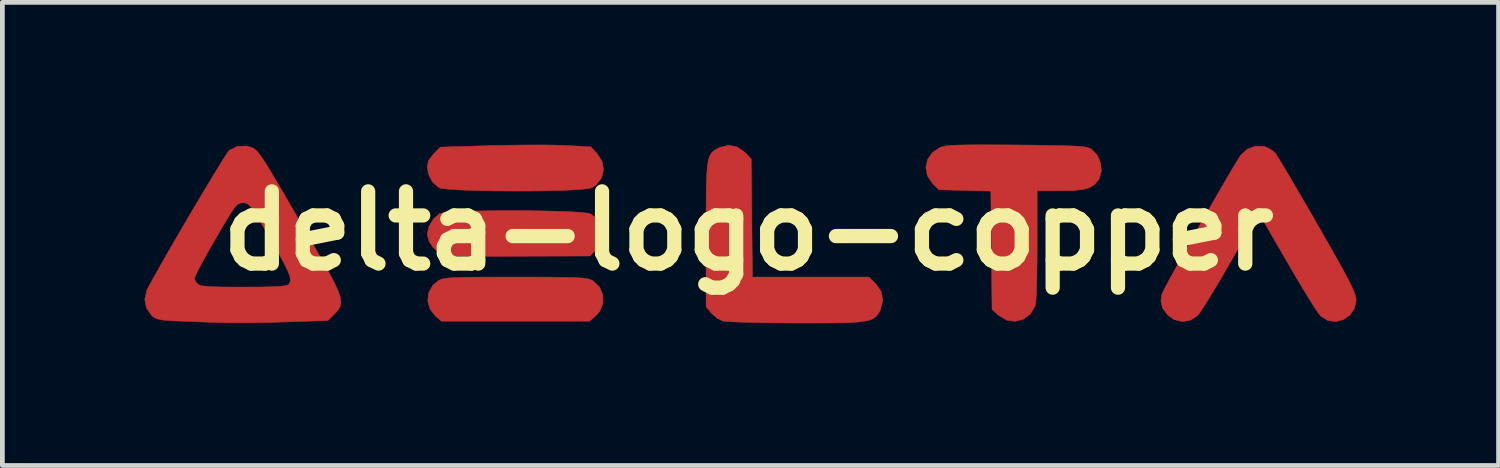
<source format=kicad_pcb>
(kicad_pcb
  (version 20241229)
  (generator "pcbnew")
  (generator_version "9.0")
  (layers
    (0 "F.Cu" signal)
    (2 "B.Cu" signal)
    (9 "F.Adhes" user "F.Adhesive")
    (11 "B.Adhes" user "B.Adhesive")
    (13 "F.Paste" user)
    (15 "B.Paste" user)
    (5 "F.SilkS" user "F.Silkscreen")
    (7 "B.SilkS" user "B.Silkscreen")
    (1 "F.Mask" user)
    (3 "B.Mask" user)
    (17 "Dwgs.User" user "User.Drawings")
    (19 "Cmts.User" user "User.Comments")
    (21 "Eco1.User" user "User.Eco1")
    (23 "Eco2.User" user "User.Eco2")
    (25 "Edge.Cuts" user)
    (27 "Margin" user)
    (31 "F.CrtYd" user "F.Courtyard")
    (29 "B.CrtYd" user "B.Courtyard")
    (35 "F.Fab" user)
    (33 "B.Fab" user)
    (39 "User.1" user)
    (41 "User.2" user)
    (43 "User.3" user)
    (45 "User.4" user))
  (footprint "delta-logo-copper"
    (layer "F.Cu")
    (at 12.737 1.822)
    (property "Reference" "delta-logo-copper" (at 0 0 0) (layer "F.SilkS") (effects (font (size 1.524 1.524) (thickness 0.3))))
    (attr through_hole)
    (fp_poly (pts (xy -4.512 0.974) (xy -4.189 0.975) (xy -3.932 0.978) (xy -3.734 0.982) (xy -3.584 0.988) (xy -3.475 0.996) (xy -3.397 1.008) (xy -3.34 1.023) (xy -3.298 1.042) (xy -3.277 1.053) (xy -3.141 1.181) (xy -3.069 1.343) (xy -3.064 1.519) (xy -3.126 1.686) (xy -3.222 1.797) (xy -3.351 1.905) (xy -6.471 1.905) (xy -6.599 1.797) (xy -6.715 1.65) (xy -6.762 1.479) (xy -6.742 1.304) (xy -6.655 1.148) (xy -6.544 1.053) (xy -6.504 1.032) (xy -6.456 1.015) (xy -6.391 1.002) (xy -6.299 0.992) (xy -6.171 0.985) (xy -5.999 0.979) (xy -5.774 0.976) (xy -5.487 0.975) (xy -5.129 0.974) (xy -4.911 0.974) (xy -4.512 0.974)) (stroke (width 0.01) (type solid)) (fill yes) (layer "F.Cu"))
    (fp_poly (pts (xy -4.172 -1.812) (xy -3.939 -1.806) (xy -3.857 -1.803) (xy -3.323 -1.774) (xy -3.186 -1.629) (xy -3.083 -1.466) (xy -3.054 -1.291) (xy -3.095 -1.121) (xy -3.203 -0.978) (xy -3.301 -0.911) (xy -3.38 -0.892) (xy -3.532 -0.876) (xy -3.744 -0.863) (xy -4.003 -0.853) (xy -4.298 -0.846) (xy -4.617 -0.842) (xy -4.946 -0.841) (xy -5.274 -0.843) (xy -5.589 -0.848) (xy -5.878 -0.856) (xy -6.129 -0.867) (xy -6.331 -0.88) (xy -6.47 -0.897) (xy -6.529 -0.913) (xy -6.66 -1.028) (xy -6.746 -1.193) (xy -6.773 -1.357) (xy -6.743 -1.487) (xy -6.644 -1.619) (xy -6.634 -1.629) (xy -6.496 -1.768) (xy -5.443 -1.8) (xy -5.115 -1.807) (xy -4.78 -1.812) (xy -4.458 -1.814) (xy -4.172 -1.812)) (stroke (width 0.01) (type solid)) (fill yes) (layer "F.Cu"))
    (fp_poly (pts (xy -4.573 -0.425) (xy -4.261 -0.42) (xy -3.974 -0.413) (xy -3.725 -0.402) (xy -3.525 -0.389) (xy -3.386 -0.374) (xy -3.328 -0.359) (xy -3.167 -0.243) (xy -3.075 -0.091) (xy -3.056 0.082) (xy -3.112 0.258) (xy -3.193 0.371) (xy -3.338 0.529) (xy -4.812 0.534) (xy -5.162 0.535) (xy -5.489 0.535) (xy -5.782 0.533) (xy -6.031 0.531) (xy -6.224 0.528) (xy -6.353 0.525) (xy -6.401 0.521) (xy -6.526 0.465) (xy -6.646 0.354) (xy -6.736 0.216) (xy -6.773 0.079) (xy -6.773 0.073) (xy -6.737 -0.093) (xy -6.643 -0.251) (xy -6.514 -0.365) (xy -6.511 -0.366) (xy -6.437 -0.383) (xy -6.291 -0.398) (xy -6.084 -0.409) (xy -5.829 -0.418) (xy -5.538 -0.424) (xy -5.224 -0.427) (xy -4.898 -0.428) (xy -4.573 -0.425)) (stroke (width 0.01) (type solid)) (fill yes) (layer "F.Cu"))
    (fp_poly (pts (xy -0.233 -1.772) (xy -0.067 -1.655) (xy -0.06 -1.648) (xy 0.064 -1.519) (xy 0.076 -0.272) (xy 0.088 0.974) (xy 2.548 0.974) (xy 2.692 1.118) (xy 2.807 1.283) (xy 2.839 1.467) (xy 2.788 1.663) (xy 2.775 1.69) (xy 2.737 1.755) (xy 2.694 1.809) (xy 2.635 1.851) (xy 2.554 1.884) (xy 2.441 1.908) (xy 2.288 1.925) (xy 2.087 1.936) (xy 1.828 1.942) (xy 1.503 1.944) (xy 1.104 1.944) (xy 1.01 1.944) (xy 0.666 1.941) (xy 0.345 1.937) (xy 0.056 1.932) (xy -0.188 1.924) (xy -0.376 1.916) (xy -0.498 1.907) (xy -0.536 1.901) (xy -0.654 1.842) (xy -0.766 1.747) (xy -0.78 1.732) (xy -0.889 1.602) (xy -0.889 0.077) (xy -0.889 -0.346) (xy -0.887 -0.694) (xy -0.883 -0.973) (xy -0.875 -1.193) (xy -0.862 -1.362) (xy -0.842 -1.487) (xy -0.814 -1.578) (xy -0.777 -1.643) (xy -0.73 -1.689) (xy -0.67 -1.726) (xy -0.601 -1.76) (xy -0.413 -1.807) (xy -0.233 -1.772)) (stroke (width 0.01) (type solid)) (fill yes) (layer "F.Cu"))
    (fp_poly (pts (xy 5.182 -1.816) (xy 5.569 -1.814) (xy 5.668 -1.813) (xy 6.063 -1.809) (xy 6.383 -1.804) (xy 6.635 -1.799) (xy 6.83 -1.793) (xy 6.975 -1.785) (xy 7.08 -1.775) (xy 7.154 -1.762) (xy 7.204 -1.746) (xy 7.241 -1.726) (xy 7.243 -1.724) (xy 7.365 -1.597) (xy 7.436 -1.432) (xy 7.45 -1.255) (xy 7.401 -1.094) (xy 7.385 -1.068) (xy 7.306 -0.978) (xy 7.206 -0.915) (xy 7.07 -0.875) (xy 6.883 -0.854) (xy 6.628 -0.847) (xy 6.585 -0.847) (xy 6.096 -0.847) (xy 6.096 0.315) (xy 6.094 0.643) (xy 6.09 0.94) (xy 6.083 1.194) (xy 6.075 1.394) (xy 6.064 1.53) (xy 6.054 1.586) (xy 5.951 1.755) (xy 5.803 1.864) (xy 5.631 1.907) (xy 5.451 1.882) (xy 5.283 1.783) (xy 5.282 1.782) (xy 5.144 1.658) (xy 5.131 0.409) (xy 5.119 -0.84) (xy 4.571 -0.854) (xy 4.023 -0.868) (xy 3.886 -1.005) (xy 3.779 -1.164) (xy 3.747 -1.337) (xy 3.784 -1.507) (xy 3.886 -1.655) (xy 4.051 -1.763) (xy 4.052 -1.763) (xy 4.105 -1.78) (xy 4.18 -1.794) (xy 4.285 -1.804) (xy 4.429 -1.811) (xy 4.621 -1.815) (xy 4.869 -1.817) (xy 5.182 -1.816)) (stroke (width 0.01) (type solid)) (fill yes) (layer "F.Cu"))
    (fp_poly (pts (xy 10.867 -1.787) (xy 10.899 -1.778) (xy 11.019 -1.722) (xy 11.112 -1.652) (xy 11.112 -1.651) (xy 11.149 -1.597) (xy 11.223 -1.478) (xy 11.329 -1.303) (xy 11.461 -1.079) (xy 11.615 -0.816) (xy 11.786 -0.522) (xy 11.969 -0.205) (xy 12.006 -0.14) (xy 12.219 0.232) (xy 12.393 0.538) (xy 12.531 0.786) (xy 12.637 0.983) (xy 12.716 1.137) (xy 12.77 1.254) (xy 12.804 1.343) (xy 12.822 1.41) (xy 12.826 1.46) (xy 12.79 1.636) (xy 12.694 1.776) (xy 12.558 1.87) (xy 12.4 1.912) (xy 12.237 1.893) (xy 12.088 1.805) (xy 12.071 1.789) (xy 12.02 1.722) (xy 11.934 1.592) (xy 11.82 1.41) (xy 11.684 1.188) (xy 11.533 0.934) (xy 11.374 0.661) (xy 11.366 0.648) (xy 10.775 -0.376) (xy 10.706 -0.262) (xy 10.665 -0.194) (xy 10.59 -0.065) (xy 10.486 0.115) (xy 10.36 0.334) (xy 10.219 0.58) (xy 10.114 0.762) (xy 9.964 1.021) (xy 9.821 1.26) (xy 9.693 1.469) (xy 9.587 1.636) (xy 9.51 1.749) (xy 9.477 1.789) (xy 9.327 1.886) (xy 9.154 1.913) (xy 8.981 1.869) (xy 8.856 1.78) (xy 8.743 1.631) (xy 8.707 1.475) (xy 8.728 1.333) (xy 8.755 1.274) (xy 8.818 1.151) (xy 8.913 0.976) (xy 9.034 0.757) (xy 9.174 0.505) (xy 9.328 0.23) (xy 9.491 -0.057) (xy 9.656 -0.348) (xy 9.819 -0.631) (xy 9.972 -0.897) (xy 10.111 -1.136) (xy 10.23 -1.338) (xy 10.324 -1.492) (xy 10.385 -1.589) (xy 10.395 -1.602) (xy 10.527 -1.723) (xy 10.694 -1.788) (xy 10.867 -1.787)) (stroke (width 0.01) (type solid)) (fill yes) (layer "F.Cu"))
    (fp_poly (pts (xy -10.479 -1.76) (xy -10.442 -1.743) (xy -10.406 -1.72) (xy -10.367 -1.684) (xy -10.321 -1.63) (xy -10.264 -1.551) (xy -10.192 -1.443) (xy -10.102 -1.298) (xy -9.99 -1.111) (xy -9.852 -0.877) (xy -9.684 -0.588) (xy -9.483 -0.239) (xy -9.244 0.175) (xy -9.17 0.305) (xy -8.982 0.635) (xy -8.834 0.9) (xy -8.724 1.111) (xy -8.649 1.277) (xy -8.606 1.405) (xy -8.593 1.505) (xy -8.607 1.586) (xy -8.645 1.657) (xy -8.705 1.727) (xy -8.731 1.754) (xy -8.869 1.891) (xy -9.712 1.919) (xy -10.077 1.93) (xy -10.393 1.937) (xy -10.683 1.939) (xy -10.973 1.937) (xy -11.284 1.93) (xy -11.642 1.918) (xy -11.903 1.907) (xy -12.137 1.897) (xy -12.303 1.886) (xy -12.416 1.871) (xy -12.492 1.849) (xy -12.547 1.819) (xy -12.59 1.782) (xy -12.696 1.628) (xy -12.732 1.446) (xy -12.693 1.262) (xy -12.688 1.25) (xy -12.632 1.141) (xy -12.558 1.006) (xy -11.684 1.006) (xy -11.657 1.071) (xy -11.617 1.119) (xy -11.584 1.141) (xy -11.526 1.158) (xy -11.434 1.17) (xy -11.297 1.178) (xy -11.103 1.183) (xy -10.841 1.185) (xy -10.652 1.185) (xy -10.318 1.184) (xy -10.063 1.178) (xy -9.88 1.169) (xy -9.763 1.156) (xy -9.706 1.137) (xy -9.703 1.135) (xy -9.67 1.087) (xy -9.66 1.026) (xy -9.677 0.94) (xy -9.726 0.819) (xy -9.81 0.652) (xy -9.932 0.43) (xy -10.019 0.279) (xy -10.177 0.004) (xy -10.3 -0.206) (xy -10.393 -0.36) (xy -10.465 -0.466) (xy -10.52 -0.534) (xy -10.566 -0.572) (xy -10.609 -0.589) (xy -10.655 -0.593) (xy -10.669 -0.593) (xy -10.724 -0.586) (xy -10.775 -0.559) (xy -10.832 -0.5) (xy -10.904 -0.396) (xy -11.003 -0.236) (xy -11.062 -0.138) (xy -11.239 0.164) (xy -11.392 0.432) (xy -11.517 0.658) (xy -11.611 0.835) (xy -11.668 0.955) (xy -11.684 1.006) (xy -12.558 1.006) (xy -12.542 0.977) (xy -12.425 0.769) (xy -12.287 0.526) (xy -12.132 0.257) (xy -11.966 -0.027) (xy -11.796 -0.318) (xy -11.627 -0.604) (xy -11.464 -0.877) (xy -11.314 -1.126) (xy -11.182 -1.343) (xy -11.075 -1.517) (xy -10.996 -1.638) (xy -10.954 -1.697) (xy -10.95 -1.7) (xy -10.781 -1.784) (xy -10.591 -1.792) (xy -10.479 -1.76)) (stroke (width 0.01) (type solid)) (fill yes) (layer "F.Cu"))
    (fp_poly (pts (xy -4.512 0.974) (xy -4.189 0.975) (xy -3.932 0.978) (xy -3.734 0.982) (xy -3.584 0.988) (xy -3.475 0.996) (xy -3.397 1.008) (xy -3.34 1.023) (xy -3.298 1.042) (xy -3.277 1.053) (xy -3.141 1.181) (xy -3.069 1.343) (xy -3.064 1.519) (xy -3.126 1.686) (xy -3.222 1.797) (xy -3.351 1.905) (xy -6.471 1.905) (xy -6.599 1.797) (xy -6.715 1.65) (xy -6.762 1.479) (xy -6.742 1.304) (xy -6.655 1.148) (xy -6.544 1.053) (xy -6.504 1.032) (xy -6.456 1.015) (xy -6.391 1.002) (xy -6.299 0.992) (xy -6.171 0.985) (xy -5.999 0.979) (xy -5.774 0.976) (xy -5.487 0.975) (xy -5.129 0.974) (xy -4.911 0.974) (xy -4.512 0.974)) (stroke (width 0.01) (type solid)) (fill yes) (layer "F.Mask"))
    (fp_poly (pts (xy -4.172 -1.812) (xy -3.939 -1.806) (xy -3.857 -1.803) (xy -3.323 -1.774) (xy -3.186 -1.629) (xy -3.083 -1.466) (xy -3.054 -1.291) (xy -3.095 -1.121) (xy -3.203 -0.978) (xy -3.301 -0.911) (xy -3.38 -0.892) (xy -3.532 -0.876) (xy -3.744 -0.863) (xy -4.003 -0.853) (xy -4.298 -0.846) (xy -4.617 -0.842) (xy -4.946 -0.841) (xy -5.274 -0.843) (xy -5.589 -0.848) (xy -5.878 -0.856) (xy -6.129 -0.867) (xy -6.331 -0.88) (xy -6.47 -0.897) (xy -6.529 -0.913) (xy -6.66 -1.028) (xy -6.746 -1.193) (xy -6.773 -1.357) (xy -6.743 -1.487) (xy -6.644 -1.619) (xy -6.634 -1.629) (xy -6.496 -1.768) (xy -5.443 -1.8) (xy -5.115 -1.807) (xy -4.78 -1.812) (xy -4.458 -1.814) (xy -4.172 -1.812)) (stroke (width 0.01) (type solid)) (fill yes) (layer "F.Mask"))
    (fp_poly (pts (xy -4.573 -0.425) (xy -4.261 -0.42) (xy -3.974 -0.413) (xy -3.725 -0.402) (xy -3.525 -0.389) (xy -3.386 -0.374) (xy -3.328 -0.359) (xy -3.167 -0.243) (xy -3.075 -0.091) (xy -3.056 0.082) (xy -3.112 0.258) (xy -3.193 0.371) (xy -3.338 0.529) (xy -4.812 0.534) (xy -5.162 0.535) (xy -5.489 0.535) (xy -5.782 0.533) (xy -6.031 0.531) (xy -6.224 0.528) (xy -6.353 0.525) (xy -6.401 0.521) (xy -6.526 0.465) (xy -6.646 0.354) (xy -6.736 0.216) (xy -6.773 0.079) (xy -6.773 0.073) (xy -6.737 -0.093) (xy -6.643 -0.251) (xy -6.514 -0.365) (xy -6.511 -0.366) (xy -6.437 -0.383) (xy -6.291 -0.398) (xy -6.084 -0.409) (xy -5.829 -0.418) (xy -5.538 -0.424) (xy -5.224 -0.427) (xy -4.898 -0.428) (xy -4.573 -0.425)) (stroke (width 0.01) (type solid)) (fill yes) (layer "F.Mask"))
    (fp_poly (pts (xy -0.233 -1.772) (xy -0.067 -1.655) (xy -0.06 -1.648) (xy 0.064 -1.519) (xy 0.076 -0.272) (xy 0.088 0.974) (xy 2.548 0.974) (xy 2.692 1.118) (xy 2.807 1.283) (xy 2.839 1.467) (xy 2.788 1.663) (xy 2.775 1.69) (xy 2.737 1.755) (xy 2.694 1.809) (xy 2.635 1.851) (xy 2.554 1.884) (xy 2.441 1.908) (xy 2.288 1.925) (xy 2.087 1.936) (xy 1.828 1.942) (xy 1.503 1.944) (xy 1.104 1.944) (xy 1.01 1.944) (xy 0.666 1.941) (xy 0.345 1.937) (xy 0.056 1.932) (xy -0.188 1.924) (xy -0.376 1.916) (xy -0.498 1.907) (xy -0.536 1.901) (xy -0.654 1.842) (xy -0.766 1.747) (xy -0.78 1.732) (xy -0.889 1.602) (xy -0.889 0.077) (xy -0.889 -0.346) (xy -0.887 -0.694) (xy -0.883 -0.973) (xy -0.875 -1.193) (xy -0.862 -1.362) (xy -0.842 -1.487) (xy -0.814 -1.578) (xy -0.777 -1.643) (xy -0.73 -1.689) (xy -0.67 -1.726) (xy -0.601 -1.76) (xy -0.413 -1.807) (xy -0.233 -1.772)) (stroke (width 0.01) (type solid)) (fill yes) (layer "F.Mask"))
    (fp_poly (pts (xy 5.182 -1.816) (xy 5.569 -1.814) (xy 5.668 -1.813) (xy 6.063 -1.809) (xy 6.383 -1.804) (xy 6.635 -1.799) (xy 6.83 -1.793) (xy 6.975 -1.785) (xy 7.08 -1.775) (xy 7.154 -1.762) (xy 7.204 -1.746) (xy 7.241 -1.726) (xy 7.243 -1.724) (xy 7.365 -1.597) (xy 7.436 -1.432) (xy 7.45 -1.255) (xy 7.401 -1.094) (xy 7.385 -1.068) (xy 7.306 -0.978) (xy 7.206 -0.915) (xy 7.07 -0.875) (xy 6.883 -0.854) (xy 6.628 -0.847) (xy 6.585 -0.847) (xy 6.096 -0.847) (xy 6.096 0.315) (xy 6.094 0.643) (xy 6.09 0.94) (xy 6.083 1.194) (xy 6.075 1.394) (xy 6.064 1.53) (xy 6.054 1.586) (xy 5.951 1.755) (xy 5.803 1.864) (xy 5.631 1.907) (xy 5.451 1.882) (xy 5.283 1.783) (xy 5.282 1.782) (xy 5.144 1.658) (xy 5.131 0.409) (xy 5.119 -0.84) (xy 4.571 -0.854) (xy 4.023 -0.868) (xy 3.886 -1.005) (xy 3.779 -1.164) (xy 3.747 -1.337) (xy 3.784 -1.507) (xy 3.886 -1.655) (xy 4.051 -1.763) (xy 4.052 -1.763) (xy 4.105 -1.78) (xy 4.18 -1.794) (xy 4.285 -1.804) (xy 4.429 -1.811) (xy 4.621 -1.815) (xy 4.869 -1.817) (xy 5.182 -1.816)) (stroke (width 0.01) (type solid)) (fill yes) (layer "F.Mask"))
    (fp_poly (pts (xy 10.867 -1.787) (xy 10.899 -1.778) (xy 11.019 -1.722) (xy 11.112 -1.652) (xy 11.112 -1.651) (xy 11.149 -1.597) (xy 11.223 -1.478) (xy 11.329 -1.303) (xy 11.461 -1.079) (xy 11.615 -0.816) (xy 11.786 -0.522) (xy 11.969 -0.205) (xy 12.006 -0.14) (xy 12.219 0.232) (xy 12.393 0.538) (xy 12.531 0.786) (xy 12.637 0.983) (xy 12.716 1.137) (xy 12.77 1.254) (xy 12.804 1.343) (xy 12.822 1.41) (xy 12.826 1.46) (xy 12.79 1.636) (xy 12.694 1.776) (xy 12.558 1.87) (xy 12.4 1.912) (xy 12.237 1.893) (xy 12.088 1.805) (xy 12.071 1.789) (xy 12.02 1.722) (xy 11.934 1.592) (xy 11.82 1.41) (xy 11.684 1.188) (xy 11.533 0.934) (xy 11.374 0.661) (xy 11.366 0.648) (xy 10.775 -0.376) (xy 10.706 -0.262) (xy 10.665 -0.194) (xy 10.59 -0.065) (xy 10.486 0.115) (xy 10.36 0.334) (xy 10.219 0.58) (xy 10.114 0.762) (xy 9.964 1.021) (xy 9.821 1.26) (xy 9.693 1.469) (xy 9.587 1.636) (xy 9.51 1.749) (xy 9.477 1.789) (xy 9.327 1.886) (xy 9.154 1.913) (xy 8.981 1.869) (xy 8.856 1.78) (xy 8.743 1.631) (xy 8.707 1.475) (xy 8.728 1.333) (xy 8.755 1.274) (xy 8.818 1.151) (xy 8.913 0.976) (xy 9.034 0.757) (xy 9.174 0.505) (xy 9.328 0.23) (xy 9.491 -0.057) (xy 9.656 -0.348) (xy 9.819 -0.631) (xy 9.972 -0.897) (xy 10.111 -1.136) (xy 10.23 -1.338) (xy 10.324 -1.492) (xy 10.385 -1.589) (xy 10.395 -1.602) (xy 10.527 -1.723) (xy 10.694 -1.788) (xy 10.867 -1.787)) (stroke (width 0.01) (type solid)) (fill yes) (layer "F.Mask"))
    (fp_poly (pts (xy -10.479 -1.76) (xy -10.442 -1.743) (xy -10.406 -1.72) (xy -10.367 -1.684) (xy -10.321 -1.63) (xy -10.264 -1.551) (xy -10.192 -1.443) (xy -10.102 -1.298) (xy -9.99 -1.111) (xy -9.852 -0.877) (xy -9.684 -0.588) (xy -9.483 -0.239) (xy -9.244 0.175) (xy -9.17 0.305) (xy -8.982 0.635) (xy -8.834 0.9) (xy -8.724 1.111) (xy -8.649 1.277) (xy -8.606 1.405) (xy -8.593 1.505) (xy -8.607 1.586) (xy -8.645 1.657) (xy -8.705 1.727) (xy -8.731 1.754) (xy -8.869 1.891) (xy -9.712 1.919) (xy -10.077 1.93) (xy -10.393 1.937) (xy -10.683 1.939) (xy -10.973 1.937) (xy -11.284 1.93) (xy -11.642 1.918) (xy -11.903 1.907) (xy -12.137 1.897) (xy -12.303 1.886) (xy -12.416 1.871) (xy -12.492 1.849) (xy -12.547 1.819) (xy -12.59 1.782) (xy -12.696 1.628) (xy -12.732 1.446) (xy -12.693 1.262) (xy -12.688 1.25) (xy -12.632 1.141) (xy -12.558 1.006) (xy -11.684 1.006) (xy -11.657 1.071) (xy -11.617 1.119) (xy -11.584 1.141) (xy -11.526 1.158) (xy -11.434 1.17) (xy -11.297 1.178) (xy -11.103 1.183) (xy -10.841 1.185) (xy -10.652 1.185) (xy -10.318 1.184) (xy -10.063 1.178) (xy -9.88 1.169) (xy -9.763 1.156) (xy -9.706 1.137) (xy -9.703 1.135) (xy -9.67 1.087) (xy -9.66 1.026) (xy -9.677 0.94) (xy -9.726 0.819) (xy -9.81 0.652) (xy -9.932 0.43) (xy -10.019 0.279) (xy -10.177 0.004) (xy -10.3 -0.206) (xy -10.393 -0.36) (xy -10.465 -0.466) (xy -10.52 -0.534) (xy -10.566 -0.572) (xy -10.609 -0.589) (xy -10.655 -0.593) (xy -10.669 -0.593) (xy -10.724 -0.586) (xy -10.775 -0.559) (xy -10.832 -0.5) (xy -10.904 -0.396) (xy -11.003 -0.236) (xy -11.062 -0.138) (xy -11.239 0.164) (xy -11.392 0.432) (xy -11.517 0.658) (xy -11.611 0.835) (xy -11.668 0.955) (xy -11.684 1.006) (xy -12.558 1.006) (xy -12.542 0.977) (xy -12.425 0.769) (xy -12.287 0.526) (xy -12.132 0.257) (xy -11.966 -0.027) (xy -11.796 -0.318) (xy -11.627 -0.604) (xy -11.464 -0.877) (xy -11.314 -1.126) (xy -11.182 -1.343) (xy -11.075 -1.517) (xy -10.996 -1.638) (xy -10.954 -1.697) (xy -10.95 -1.7) (xy -10.781 -1.784) (xy -10.591 -1.792) (xy -10.479 -1.76)) (stroke (width 0.01) (type solid)) (fill yes) (layer "F.Mask")))
  (gr_rect
    (start -3 -3)
    (end 28.568 6.771)
    (stroke (width 0.1) (type default))
    (fill no)
    (layer "Edge.Cuts")))
</source>
